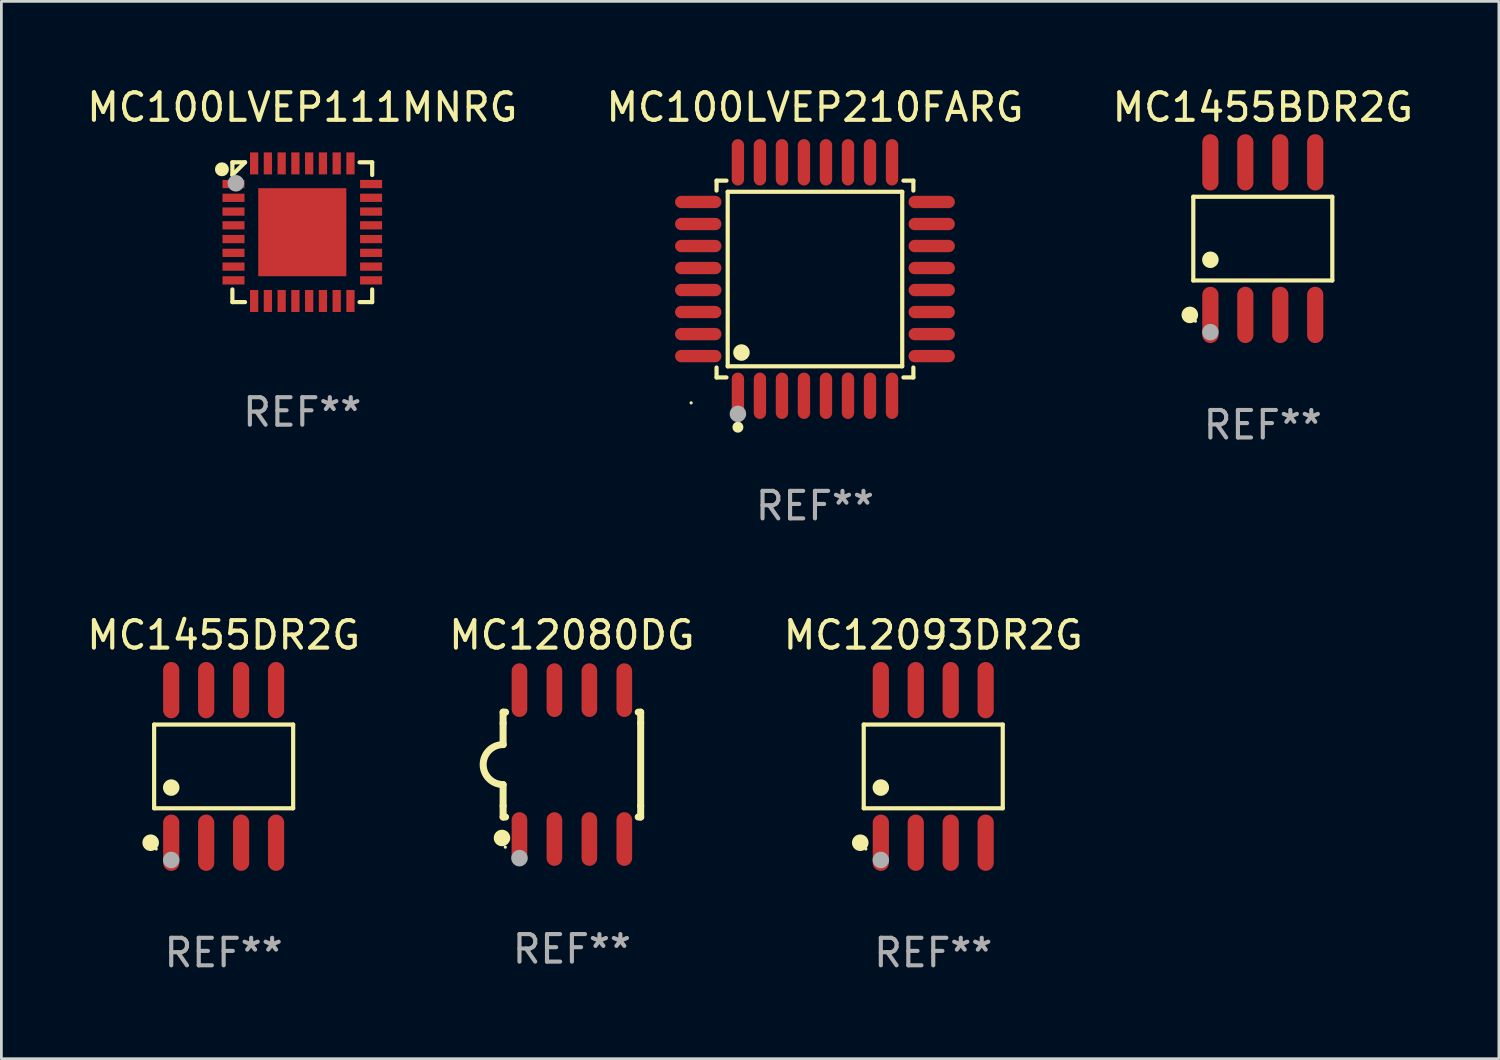
<source format=kicad_pcb>
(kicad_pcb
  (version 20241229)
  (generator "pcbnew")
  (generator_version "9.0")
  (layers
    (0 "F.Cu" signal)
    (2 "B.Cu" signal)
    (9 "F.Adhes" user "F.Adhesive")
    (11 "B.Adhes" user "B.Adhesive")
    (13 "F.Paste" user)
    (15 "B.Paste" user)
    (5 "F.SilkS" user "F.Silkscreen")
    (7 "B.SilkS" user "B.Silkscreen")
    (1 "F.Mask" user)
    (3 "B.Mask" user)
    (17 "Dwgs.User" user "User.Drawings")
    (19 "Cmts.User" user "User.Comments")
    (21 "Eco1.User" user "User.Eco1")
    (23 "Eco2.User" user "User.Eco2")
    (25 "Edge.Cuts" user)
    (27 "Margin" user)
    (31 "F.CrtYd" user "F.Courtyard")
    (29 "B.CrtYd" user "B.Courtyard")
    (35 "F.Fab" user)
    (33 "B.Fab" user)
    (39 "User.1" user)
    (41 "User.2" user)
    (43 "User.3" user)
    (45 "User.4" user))
  (footprint "MC1455DR2G"
    (layer "F.Cu")
    (at 5.077 24.801)
    (property "Reference" "MC1455DR2G" (at 0 -4.772 0) (layer "F.SilkS") (effects (font (size 1 1) (thickness 0.15))))
    (attr through_hole)
    (fp_line (start -2.526 -1.521) (end 2.526 -1.521) (stroke (width 0.152) (type solid)) (layer "F.SilkS"))
    (fp_line (start -2.526 1.521) (end -2.526 -1.521) (stroke (width 0.152) (type solid)) (layer "F.SilkS"))
    (fp_line (start 2.526 -1.521) (end 2.526 1.521) (stroke (width 0.152) (type solid)) (layer "F.SilkS"))
    (fp_line (start 2.526 1.521) (end -2.526 1.521) (stroke (width 0.152) (type solid)) (layer "F.SilkS"))
    (fp_circle (center -2.652 2.772) (end -2.501 2.772) (stroke (width 0.3) (type solid)) (fill no) (layer "F.SilkS"))
    (fp_circle (center -2.45 3) (end -2.42 3) (stroke (width 0.06) (type solid)) (fill no) (layer "F.SilkS"))
    (fp_circle (center -1.905 0.769) (end -1.755 0.769) (stroke (width 0.3) (type solid)) (fill no) (layer "F.SilkS"))
    (fp_circle (center -1.905 3.4) (end -1.755 3.4) (stroke (width 0.3) (type solid)) (fill no) (layer "F.Fab"))
    (fp_text user "REF**" (at 0 6.772 0) (layer "F.Fab") (effects (font (size 1 1) (thickness 0.15))))
    (pad "1" smd oval (at -1.905 2.772) (size 0.588 2.045) (layers "F.Cu" "F.Mask" "F.Paste"))
    (pad "2" smd oval (at -0.635 2.772) (size 0.588 2.045) (layers "F.Cu" "F.Mask" "F.Paste"))
    (pad "3" smd oval (at 0.635 2.772) (size 0.588 2.045) (layers "F.Cu" "F.Mask" "F.Paste"))
    (pad "4" smd oval (at 1.905 2.772) (size 0.588 2.045) (layers "F.Cu" "F.Mask" "F.Paste"))
    (pad "5" smd oval (at 1.905 -2.772) (size 0.588 2.045) (layers "F.Cu" "F.Mask" "F.Paste"))
    (pad "6" smd oval (at 0.635 -2.772) (size 0.588 2.045) (layers "F.Cu" "F.Mask" "F.Paste"))
    (pad "7" smd oval (at -0.635 -2.772) (size 0.588 2.045) (layers "F.Cu" "F.Mask" "F.Paste"))
    (pad "8" smd oval (at -1.905 -2.772) (size 0.588 2.045) (layers "F.Cu" "F.Mask" "F.Paste")))
  (footprint "MC100LVEP210FARG"
    (layer "F.Cu")
    (at 26.565 7.09)
    (property "Reference" "MC100LVEP210FARG" (at 0 -6.242 0) (layer "F.SilkS") (effects (font (size 1 1) (thickness 0.15))))
    (attr through_hole)
    (fp_line (start -3.576 -3.576) (end -3.215 -3.576) (stroke (width 0.152) (type solid)) (layer "F.SilkS"))
    (fp_line (start -3.576 -3.215) (end -3.576 -3.576) (stroke (width 0.152) (type solid)) (layer "F.SilkS"))
    (fp_line (start -3.576 3.215) (end -3.576 3.576) (stroke (width 0.152) (type solid)) (layer "F.SilkS"))
    (fp_line (start -3.576 3.576) (end -3.215 3.576) (stroke (width 0.152) (type solid)) (layer "F.SilkS"))
    (fp_line (start -3.171 -3.171) (end 3.171 -3.171) (stroke (width 0.152) (type solid)) (layer "F.SilkS"))
    (fp_line (start -3.171 3.171) (end -3.171 -3.171) (stroke (width 0.152) (type solid)) (layer "F.SilkS"))
    (fp_line (start 3.171 -3.171) (end 3.171 3.171) (stroke (width 0.152) (type solid)) (layer "F.SilkS"))
    (fp_line (start 3.171 3.171) (end -3.171 3.171) (stroke (width 0.152) (type solid)) (layer "F.SilkS"))
    (fp_line (start 3.576 -3.576) (end 3.215 -3.576) (stroke (width 0.152) (type solid)) (layer "F.SilkS"))
    (fp_line (start 3.576 -3.215) (end 3.576 -3.576) (stroke (width 0.152) (type solid)) (layer "F.SilkS"))
    (fp_line (start 3.576 3.215) (end 3.576 3.576) (stroke (width 0.152) (type solid)) (layer "F.SilkS"))
    (fp_line (start 3.576 3.576) (end 3.215 3.576) (stroke (width 0.152) (type solid)) (layer "F.SilkS"))
    (fp_circle (center -4.5 4.5) (end -4.47 4.5) (stroke (width 0.06) (type solid)) (fill no) (layer "F.SilkS"))
    (fp_circle (center -2.8 5.384) (end -2.7 5.384) (stroke (width 0.2) (type solid)) (fill no) (layer "F.SilkS"))
    (fp_circle (center -2.671 2.671) (end -2.521 2.671) (stroke (width 0.3) (type solid)) (fill no) (layer "F.SilkS"))
    (fp_circle (center -2.8 4.9) (end -2.65 4.9) (stroke (width 0.3) (type solid)) (fill no) (layer "F.Fab"))
    (fp_text user "REF**" (at 0 8.242 0) (layer "F.Fab") (effects (font (size 1 1) (thickness 0.15))))
    (pad "1" smd oval (at -2.8 4.242) (size 0.448 1.684) (layers "F.Cu" "F.Mask" "F.Paste"))
    (pad "2" smd oval (at -2 4.242) (size 0.448 1.684) (layers "F.Cu" "F.Mask" "F.Paste"))
    (pad "3" smd oval (at -1.2 4.242) (size 0.448 1.684) (layers "F.Cu" "F.Mask" "F.Paste"))
    (pad "4" smd oval (at -0.4 4.242) (size 0.448 1.684) (layers "F.Cu" "F.Mask" "F.Paste"))
    (pad "5" smd oval (at 0.4 4.242) (size 0.448 1.684) (layers "F.Cu" "F.Mask" "F.Paste"))
    (pad "6" smd oval (at 1.2 4.242) (size 0.448 1.684) (layers "F.Cu" "F.Mask" "F.Paste"))
    (pad "7" smd oval (at 2 4.242) (size 0.448 1.684) (layers "F.Cu" "F.Mask" "F.Paste"))
    (pad "8" smd oval (at 2.8 4.242) (size 0.448 1.684) (layers "F.Cu" "F.Mask" "F.Paste"))
    (pad "9" smd oval (at 4.242 2.8) (size 1.684 0.448) (layers "F.Cu" "F.Mask" "F.Paste"))
    (pad "10" smd oval (at 4.242 2) (size 1.684 0.448) (layers "F.Cu" "F.Mask" "F.Paste"))
    (pad "11" smd oval (at 4.242 1.2) (size 1.684 0.448) (layers "F.Cu" "F.Mask" "F.Paste"))
    (pad "12" smd oval (at 4.242 0.4) (size 1.684 0.448) (layers "F.Cu" "F.Mask" "F.Paste"))
    (pad "13" smd oval (at 4.242 -0.4) (size 1.684 0.448) (layers "F.Cu" "F.Mask" "F.Paste"))
    (pad "14" smd oval (at 4.242 -1.2) (size 1.684 0.448) (layers "F.Cu" "F.Mask" "F.Paste"))
    (pad "15" smd oval (at 4.242 -2) (size 1.684 0.448) (layers "F.Cu" "F.Mask" "F.Paste"))
    (pad "16" smd oval (at 4.242 -2.8) (size 1.684 0.448) (layers "F.Cu" "F.Mask" "F.Paste"))
    (pad "17" smd oval (at 2.8 -4.242) (size 0.448 1.684) (layers "F.Cu" "F.Mask" "F.Paste"))
    (pad "18" smd oval (at 2 -4.242) (size 0.448 1.684) (layers "F.Cu" "F.Mask" "F.Paste"))
    (pad "19" smd oval (at 1.2 -4.242) (size 0.448 1.684) (layers "F.Cu" "F.Mask" "F.Paste"))
    (pad "20" smd oval (at 0.4 -4.242) (size 0.448 1.684) (layers "F.Cu" "F.Mask" "F.Paste"))
    (pad "21" smd oval (at -0.4 -4.242) (size 0.448 1.684) (layers "F.Cu" "F.Mask" "F.Paste"))
    (pad "22" smd oval (at -1.2 -4.242) (size 0.448 1.684) (layers "F.Cu" "F.Mask" "F.Paste"))
    (pad "23" smd oval (at -2 -4.242) (size 0.448 1.684) (layers "F.Cu" "F.Mask" "F.Paste"))
    (pad "24" smd oval (at -2.8 -4.242) (size 0.448 1.684) (layers "F.Cu" "F.Mask" "F.Paste"))
    (pad "25" smd oval (at -4.242 -2.8) (size 1.684 0.448) (layers "F.Cu" "F.Mask" "F.Paste"))
    (pad "26" smd oval (at -4.242 -2) (size 1.684 0.448) (layers "F.Cu" "F.Mask" "F.Paste"))
    (pad "27" smd oval (at -4.242 -1.2) (size 1.684 0.448) (layers "F.Cu" "F.Mask" "F.Paste"))
    (pad "28" smd oval (at -4.242 -0.4) (size 1.684 0.448) (layers "F.Cu" "F.Mask" "F.Paste"))
    (pad "29" smd oval (at -4.242 0.4) (size 1.684 0.448) (layers "F.Cu" "F.Mask" "F.Paste"))
    (pad "30" smd oval (at -4.242 1.2) (size 1.684 0.448) (layers "F.Cu" "F.Mask" "F.Paste"))
    (pad "31" smd oval (at -4.242 2) (size 1.684 0.448) (layers "F.Cu" "F.Mask" "F.Paste"))
    (pad "32" smd oval (at -4.242 2.8) (size 1.684 0.448) (layers "F.Cu" "F.Mask" "F.Paste")))
  (footprint "MC1455BDR2G"
    (layer "F.Cu")
    (at 42.839 5.621)
    (property "Reference" "MC1455BDR2G" (at 0 -4.772 0) (layer "F.SilkS") (effects (font (size 1 1) (thickness 0.15))))
    (attr through_hole)
    (fp_line (start -2.526 -1.521) (end 2.526 -1.521) (stroke (width 0.152) (type solid)) (layer "F.SilkS"))
    (fp_line (start -2.526 1.521) (end -2.526 -1.521) (stroke (width 0.152) (type solid)) (layer "F.SilkS"))
    (fp_line (start 2.526 -1.521) (end 2.526 1.521) (stroke (width 0.152) (type solid)) (layer "F.SilkS"))
    (fp_line (start 2.526 1.521) (end -2.526 1.521) (stroke (width 0.152) (type solid)) (layer "F.SilkS"))
    (fp_circle (center -2.652 2.772) (end -2.501 2.772) (stroke (width 0.3) (type solid)) (fill no) (layer "F.SilkS"))
    (fp_circle (center -2.45 3) (end -2.42 3) (stroke (width 0.06) (type solid)) (fill no) (layer "F.SilkS"))
    (fp_circle (center -1.905 0.769) (end -1.755 0.769) (stroke (width 0.3) (type solid)) (fill no) (layer "F.SilkS"))
    (fp_circle (center -1.905 3.4) (end -1.755 3.4) (stroke (width 0.3) (type solid)) (fill no) (layer "F.Fab"))
    (fp_text user "REF**" (at 0 6.772 0) (layer "F.Fab") (effects (font (size 1 1) (thickness 0.15))))
    (pad "1" smd oval (at -1.905 2.772) (size 0.588 2.045) (layers "F.Cu" "F.Mask" "F.Paste"))
    (pad "2" smd oval (at -0.635 2.772) (size 0.588 2.045) (layers "F.Cu" "F.Mask" "F.Paste"))
    (pad "3" smd oval (at 0.635 2.772) (size 0.588 2.045) (layers "F.Cu" "F.Mask" "F.Paste"))
    (pad "4" smd oval (at 1.905 2.772) (size 0.588 2.045) (layers "F.Cu" "F.Mask" "F.Paste"))
    (pad "5" smd oval (at 1.905 -2.772) (size 0.588 2.045) (layers "F.Cu" "F.Mask" "F.Paste"))
    (pad "6" smd oval (at 0.635 -2.772) (size 0.588 2.045) (layers "F.Cu" "F.Mask" "F.Paste"))
    (pad "7" smd oval (at -0.635 -2.772) (size 0.588 2.045) (layers "F.Cu" "F.Mask" "F.Paste"))
    (pad "8" smd oval (at -1.905 -2.772) (size 0.588 2.045) (layers "F.Cu" "F.Mask" "F.Paste")))
  (footprint "MC12080DG"
    (layer "F.Cu")
    (at 17.732 24.734)
    (property "Reference" "MC12080DG" (at 0 -4.705 0) (layer "F.SilkS") (effects (font (size 1 1) (thickness 0.15))))
    (attr through_hole)
    (fp_line (start -2.5 -1.905) (end -2.409 -1.905) (stroke (width 0.254) (type solid)) (layer "F.SilkS"))
    (fp_line (start -2.5 -1.5) (end -2.5 -1.905) (stroke (width 0.254) (type solid)) (layer "F.SilkS"))
    (fp_line (start -2.5 -1.5) (end -2.5 -0.726) (stroke (width 0.254) (type solid)) (layer "F.SilkS"))
    (fp_line (start -2.5 1.5) (end -2.5 0.727) (stroke (width 0.254) (type solid)) (layer "F.SilkS"))
    (fp_line (start -2.5 1.5) (end -2.5 1.905) (stroke (width 0.254) (type solid)) (layer "F.SilkS"))
    (fp_line (start -2.5 1.905) (end -2.409 1.905) (stroke (width 0.254) (type solid)) (layer "F.SilkS"))
    (fp_line (start 2.5 -1.905) (end 2.409 -1.905) (stroke (width 0.254) (type solid)) (layer "F.SilkS"))
    (fp_line (start 2.5 -1.5) (end 2.5 -1.905) (stroke (width 0.254) (type solid)) (layer "F.SilkS"))
    (fp_line (start 2.5 -1.5) (end 2.5 1.5) (stroke (width 0.254) (type solid)) (layer "F.SilkS"))
    (fp_line (start 2.5 1.5) (end 2.5 1.905) (stroke (width 0.254) (type solid)) (layer "F.SilkS"))
    (fp_line (start 2.5 1.905) (end 2.409 1.905) (stroke (width 0.254) (type solid)) (layer "F.SilkS"))
    (fp_arc (start -2.5 0.726568) (mid -3.220316 -0.0023) (end -2.495097 -0.726289) (stroke (width 0.254001) (type solid)) (layer "F.SilkS"))
    (fp_circle (center -2.54 2.667) (end -2.39 2.667) (stroke (width 0.3) (type solid)) (fill no) (layer "F.SilkS"))
    (fp_circle (center -2.42 3) (end -2.39 3) (stroke (width 0.06) (type solid)) (fill no) (layer "F.SilkS"))
    (fp_circle (center -1.905 3.4) (end -1.755 3.4) (stroke (width 0.3) (type solid)) (fill no) (layer "F.Fab"))
    (fp_text user "REF**" (at 0 6.705 0) (layer "F.Fab") (effects (font (size 1 1) (thickness 0.15))))
    (pad "1" smd oval (at -1.905 2.705) (size 0.568 1.95) (layers "F.Cu" "F.Mask" "F.Paste"))
    (pad "2" smd oval (at -0.635 2.705) (size 0.568 1.95) (layers "F.Cu" "F.Mask" "F.Paste"))
    (pad "3" smd oval (at 0.635 2.705) (size 0.568 1.95) (layers "F.Cu" "F.Mask" "F.Paste"))
    (pad "4" smd oval (at 1.905 2.705) (size 0.568 1.95) (layers "F.Cu" "F.Mask" "F.Paste"))
    (pad "5" smd oval (at 1.905 -2.705) (size 0.568 1.95) (layers "F.Cu" "F.Mask" "F.Paste"))
    (pad "6" smd oval (at 0.635 -2.705) (size 0.568 1.95) (layers "F.Cu" "F.Mask" "F.Paste"))
    (pad "7" smd oval (at -0.635 -2.705) (size 0.568 1.95) (layers "F.Cu" "F.Mask" "F.Paste"))
    (pad "8" smd oval (at -1.905 -2.705) (size 0.568 1.95) (layers "F.Cu" "F.Mask" "F.Paste")))
  (footprint "MC100LVEP111MNRG"
    (layer "F.Cu")
    (at 7.935 5.388)
    (property "Reference" "MC100LVEP111MNRG" (at 0 -4.54 0) (layer "F.SilkS") (effects (font (size 1 1) (thickness 0.15))))
    (attr through_hole)
    (fp_line (start -2.54 -2.54) (end -2.08 -2.54) (stroke (width 0.152) (type solid)) (layer "F.SilkS"))
    (fp_line (start -2.54 -2.08) (end -2.54 -2.54) (stroke (width 0.152) (type solid)) (layer "F.SilkS"))
    (fp_line (start -2.54 -2.08) (end -2.08 -2.54) (stroke (width 0.152) (type solid)) (layer "F.SilkS"))
    (fp_line (start -2.54 2.54) (end -2.54 2.08) (stroke (width 0.152) (type solid)) (layer "F.SilkS"))
    (fp_line (start -2.08 2.54) (end -2.54 2.54) (stroke (width 0.152) (type solid)) (layer "F.SilkS"))
    (fp_line (start 2.08 -2.54) (end 2.54 -2.54) (stroke (width 0.152) (type solid)) (layer "F.SilkS"))
    (fp_line (start 2.54 -2.54) (end 2.54 -2.08) (stroke (width 0.152) (type solid)) (layer "F.SilkS"))
    (fp_line (start 2.54 2.08) (end 2.54 2.54) (stroke (width 0.152) (type solid)) (layer "F.SilkS"))
    (fp_line (start 2.54 2.54) (end 2.08 2.54) (stroke (width 0.152) (type solid)) (layer "F.SilkS"))
    (fp_circle (center -2.921 -2.286) (end -2.794 -2.286) (stroke (width 0.254) (type solid)) (fill no) (layer "F.SilkS"))
    (fp_circle (center -2.5 -2.5) (end -2.47 -2.5) (stroke (width 0.06) (type solid)) (fill no) (layer "F.SilkS"))
    (fp_circle (center -2.413 -1.778) (end -2.263 -1.778) (stroke (width 0.3) (type solid)) (fill no) (layer "F.Fab"))
    (fp_text user "REF**" (at 0 6.54 0) (layer "F.Fab") (effects (font (size 1 1) (thickness 0.15))))
    (pad "1" smd rect (at -2.5 -1.75 90) (size 0.3 0.8) (layers "F.Cu" "F.Mask" "F.Paste"))
    (pad "2" smd rect (at -2.5 -1.25 90) (size 0.3 0.8) (layers "F.Cu" "F.Mask" "F.Paste"))
    (pad "3" smd rect (at -2.5 -0.75 90) (size 0.3 0.8) (layers "F.Cu" "F.Mask" "F.Paste"))
    (pad "4" smd rect (at -2.5 -0.25 90) (size 0.3 0.8) (layers "F.Cu" "F.Mask" "F.Paste"))
    (pad "5" smd rect (at -2.5 0.25 90) (size 0.3 0.8) (layers "F.Cu" "F.Mask" "F.Paste"))
    (pad "6" smd rect (at -2.5 0.75 90) (size 0.3 0.8) (layers "F.Cu" "F.Mask" "F.Paste"))
    (pad "7" smd rect (at -2.5 1.25 90) (size 0.3 0.8) (layers "F.Cu" "F.Mask" "F.Paste"))
    (pad "8" smd rect (at -2.5 1.75 90) (size 0.3 0.8) (layers "F.Cu" "F.Mask" "F.Paste"))
    (pad "9" smd rect (at -1.75 2.5 180) (size 0.3 0.8) (layers "F.Cu" "F.Mask" "F.Paste"))
    (pad "10" smd rect (at -1.25 2.5 180) (size 0.3 0.8) (layers "F.Cu" "F.Mask" "F.Paste"))
    (pad "11" smd rect (at -0.75 2.5 180) (size 0.3 0.8) (layers "F.Cu" "F.Mask" "F.Paste"))
    (pad "12" smd rect (at -0.25 2.5 180) (size 0.3 0.8) (layers "F.Cu" "F.Mask" "F.Paste"))
    (pad "13" smd rect (at 0.25 2.5 180) (size 0.3 0.8) (layers "F.Cu" "F.Mask" "F.Paste"))
    (pad "14" smd rect (at 0.75 2.5 180) (size 0.3 0.8) (layers "F.Cu" "F.Mask" "F.Paste"))
    (pad "15" smd rect (at 1.25 2.5 180) (size 0.3 0.8) (layers "F.Cu" "F.Mask" "F.Paste"))
    (pad "16" smd rect (at 1.75 2.5 180) (size 0.3 0.8) (layers "F.Cu" "F.Mask" "F.Paste"))
    (pad "17" smd rect (at 2.5 1.75 270) (size 0.3 0.8) (layers "F.Cu" "F.Mask" "F.Paste"))
    (pad "18" smd rect (at 2.5 1.25 270) (size 0.3 0.8) (layers "F.Cu" "F.Mask" "F.Paste"))
    (pad "19" smd rect (at 2.5 0.75 270) (size 0.3 0.8) (layers "F.Cu" "F.Mask" "F.Paste"))
    (pad "20" smd rect (at 2.5 0.25 270) (size 0.3 0.8) (layers "F.Cu" "F.Mask" "F.Paste"))
    (pad "21" smd rect (at 2.5 -0.25 270) (size 0.3 0.8) (layers "F.Cu" "F.Mask" "F.Paste"))
    (pad "22" smd rect (at 2.5 -0.75 270) (size 0.3 0.8) (layers "F.Cu" "F.Mask" "F.Paste"))
    (pad "23" smd rect (at 2.5 -1.25 270) (size 0.3 0.8) (layers "F.Cu" "F.Mask" "F.Paste"))
    (pad "24" smd rect (at 2.5 -1.75 270) (size 0.3 0.8) (layers "F.Cu" "F.Mask" "F.Paste"))
    (pad "25" smd rect (at 1.75 -2.5) (size 0.3 0.8) (layers "F.Cu" "F.Mask" "F.Paste"))
    (pad "26" smd rect (at 1.25 -2.5) (size 0.3 0.8) (layers "F.Cu" "F.Mask" "F.Paste"))
    (pad "27" smd rect (at 0.75 -2.5) (size 0.3 0.8) (layers "F.Cu" "F.Mask" "F.Paste"))
    (pad "28" smd rect (at 0.25 -2.5) (size 0.3 0.8) (layers "F.Cu" "F.Mask" "F.Paste"))
    (pad "29" smd rect (at -0.25 -2.5) (size 0.3 0.8) (layers "F.Cu" "F.Mask" "F.Paste"))
    (pad "30" smd rect (at -0.75 -2.5) (size 0.3 0.8) (layers "F.Cu" "F.Mask" "F.Paste"))
    (pad "31" smd rect (at -1.25 -2.5) (size 0.3 0.8) (layers "F.Cu" "F.Mask" "F.Paste"))
    (pad "32" smd rect (at -1.75 -2.5) (size 0.3 0.8) (layers "F.Cu" "F.Mask" "F.Paste"))
    (pad "33" smd rect (at 0 0 90) (size 3.2 3.2) (layers "F.Cu" "F.Mask" "F.Paste")))
  (footprint "MC12093DR2G"
    (layer "F.Cu")
    (at 30.863 24.801)
    (property "Reference" "MC12093DR2G" (at 0 -4.772 0) (layer "F.SilkS") (effects (font (size 1 1) (thickness 0.15))))
    (attr through_hole)
    (fp_line (start -2.526 -1.521) (end 2.526 -1.521) (stroke (width 0.152) (type solid)) (layer "F.SilkS"))
    (fp_line (start -2.526 1.521) (end -2.526 -1.521) (stroke (width 0.152) (type solid)) (layer "F.SilkS"))
    (fp_line (start 2.526 -1.521) (end 2.526 1.521) (stroke (width 0.152) (type solid)) (layer "F.SilkS"))
    (fp_line (start 2.526 1.521) (end -2.526 1.521) (stroke (width 0.152) (type solid)) (layer "F.SilkS"))
    (fp_circle (center -2.652 2.772) (end -2.501 2.772) (stroke (width 0.3) (type solid)) (fill no) (layer "F.SilkS"))
    (fp_circle (center -2.45 3) (end -2.42 3) (stroke (width 0.06) (type solid)) (fill no) (layer "F.SilkS"))
    (fp_circle (center -1.905 0.769) (end -1.755 0.769) (stroke (width 0.3) (type solid)) (fill no) (layer "F.SilkS"))
    (fp_circle (center -1.905 3.4) (end -1.755 3.4) (stroke (width 0.3) (type solid)) (fill no) (layer "F.Fab"))
    (fp_text user "REF**" (at 0 6.772 0) (layer "F.Fab") (effects (font (size 1 1) (thickness 0.15))))
    (pad "1" smd oval (at -1.905 2.772) (size 0.588 2.045) (layers "F.Cu" "F.Mask" "F.Paste"))
    (pad "2" smd oval (at -0.635 2.772) (size 0.588 2.045) (layers "F.Cu" "F.Mask" "F.Paste"))
    (pad "3" smd oval (at 0.635 2.772) (size 0.588 2.045) (layers "F.Cu" "F.Mask" "F.Paste"))
    (pad "4" smd oval (at 1.905 2.772) (size 0.588 2.045) (layers "F.Cu" "F.Mask" "F.Paste"))
    (pad "5" smd oval (at 1.905 -2.772) (size 0.588 2.045) (layers "F.Cu" "F.Mask" "F.Paste"))
    (pad "6" smd oval (at 0.635 -2.772) (size 0.588 2.045) (layers "F.Cu" "F.Mask" "F.Paste"))
    (pad "7" smd oval (at -0.635 -2.772) (size 0.588 2.045) (layers "F.Cu" "F.Mask" "F.Paste"))
    (pad "8" smd oval (at -1.905 -2.772) (size 0.588 2.045) (layers "F.Cu" "F.Mask" "F.Paste")))
  (gr_rect
    (start -3 -3)
    (end 51.417 35.422)
    (stroke (width 0.1) (type default))
    (fill no)
    (layer "Edge.Cuts")))
</source>
